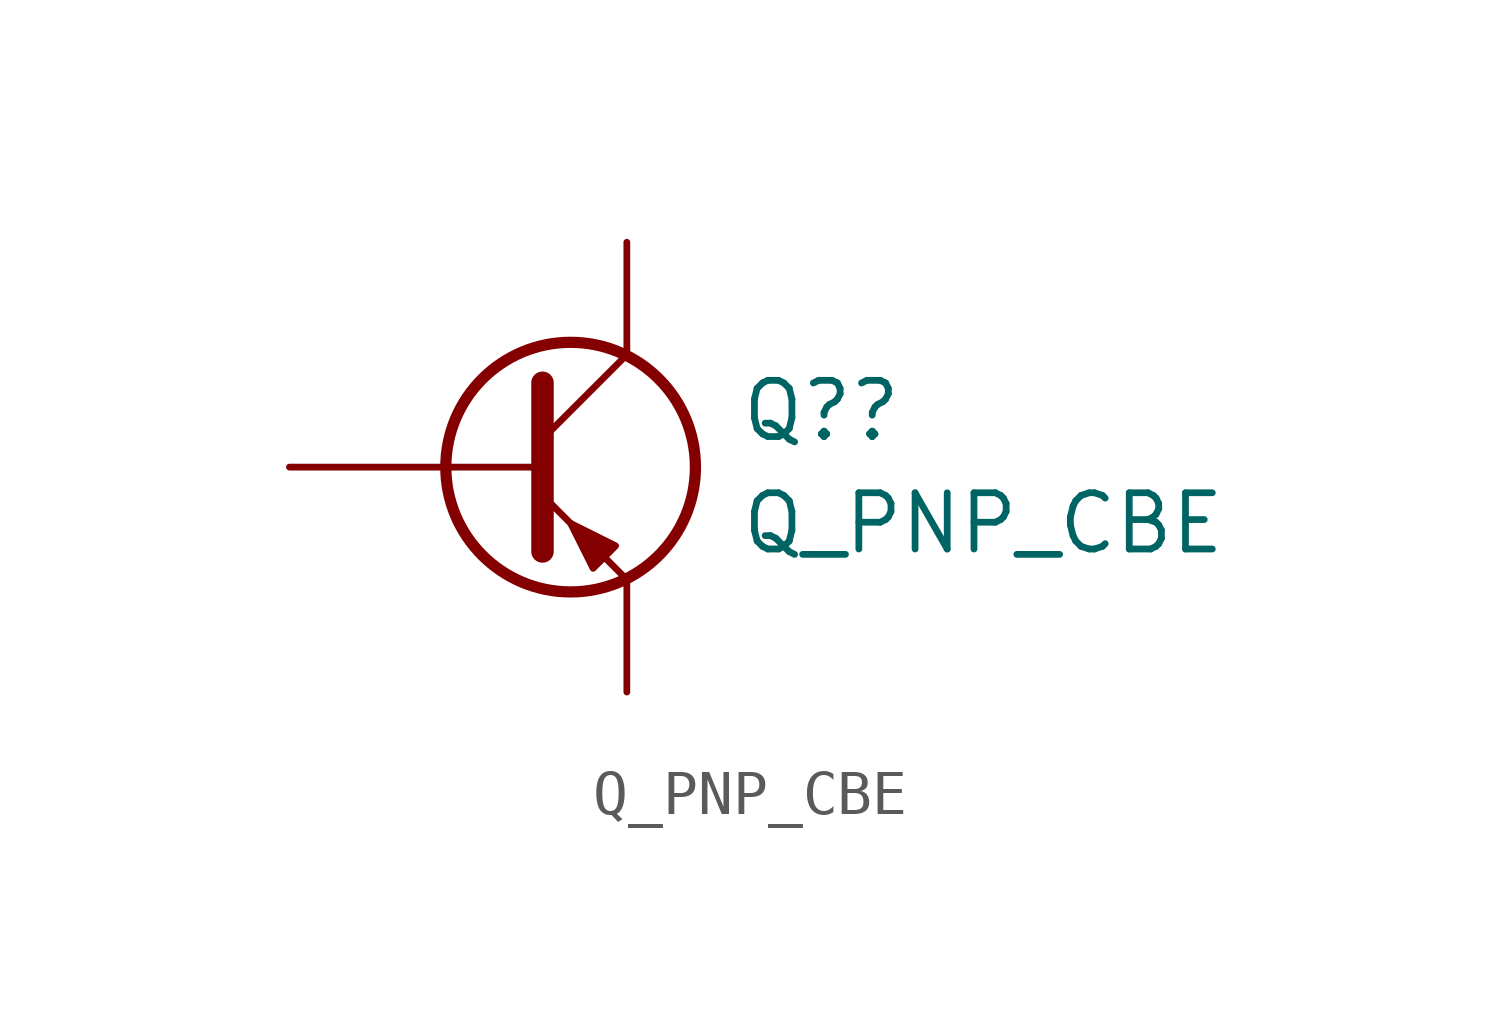
<source format=kicad_sym>
(kicad_symbol_lib
  (version 20211014)
  (generator kicad_symbol_editor)
  (symbol "Q_PNP_CBE"
    (pin_numbers hide)
    (pin_names
      (offset 0) hide)
    (property "Reference" "Q?"
      (at 5.08 1.27 0)
      (effects (font (size 1.27 1.27)) (justify left)))
    (property "Value" "Q_PNP_CBE"
      (at 5.08 -1.27 0)
      (effects (font (size 1.27 1.27)) (justify left)))
    (symbol "Q_PNP_CBE_0_1"
      (polyline (pts (xy 0.635 0.635) (xy 2.54 2.54)) (stroke (width 0) (type default) (color 0 0 0 0)) (fill (type none)))
      (polyline (pts (xy 0.635 -0.635) (xy 2.54 -2.54) (xy 2.54 -2.54)) (stroke (width 0) (type default) (color 0 0 0 0)) (fill (type none)))
      (polyline (pts (xy 0.635 1.905) (xy 0.635 -1.905) (xy 0.635 -1.905)) (stroke (width 0.508) (type default) (color 0 0 0 0)) (fill (type none)))
      (polyline (pts (xy 2.286 -1.778) (xy 1.778 -2.286) (xy 1.27 -1.27) (xy 2.286 -1.778) (xy 2.286 -1.778)) (stroke (width 0) (type default) (color 0 0 0 0)) (fill (type outline)))
      (circle (center 1.27 0) (radius 2.819) (stroke (width 0.254) (type default) (color 0 0 0 0)) (fill (type none))))
    (symbol "Q_PNP_CBE_1_1"
      (pin passive line (at 2.54 5.08 270) (length 2.54) (name "C" (effects (font (size 1.27 1.27)))) (number "1" (effects (font (size 1.27 1.27)))))
      (pin input line (at -5.08 0 0) (length 5.715) (name "B" (effects (font (size 1.27 1.27)))) (number "2" (effects (font (size 1.27 1.27)))))
      (pin passive line (at 2.54 -5.08 90) (length 2.54) (name "E" (effects (font (size 1.27 1.27)))) (number "3" (effects (font (size 1.27 1.27))))))))
</source>
